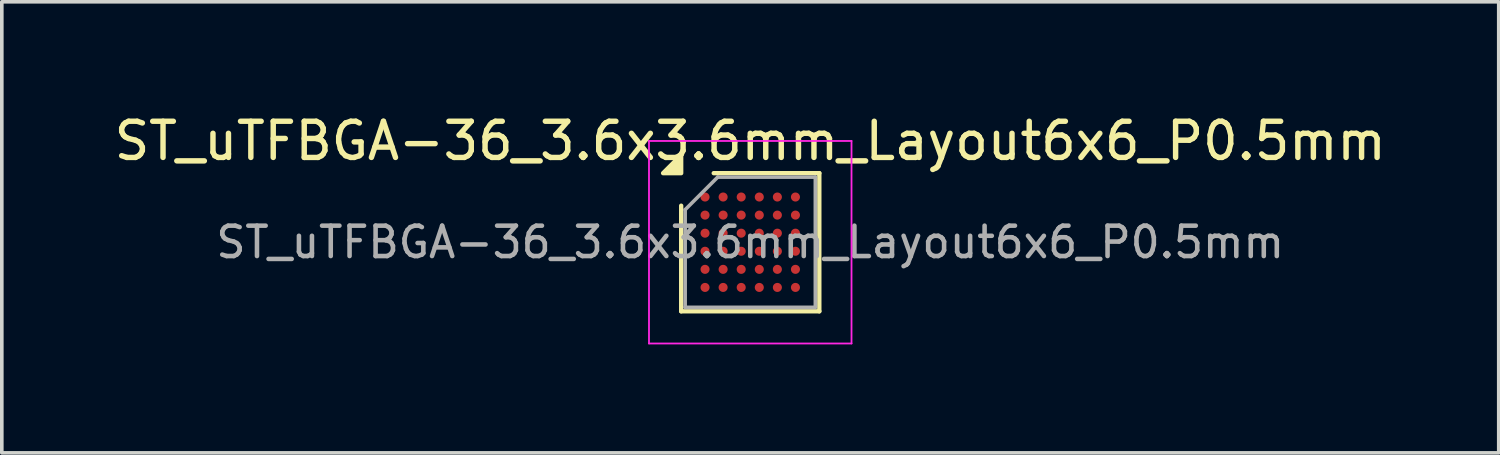
<source format=kicad_pcb>
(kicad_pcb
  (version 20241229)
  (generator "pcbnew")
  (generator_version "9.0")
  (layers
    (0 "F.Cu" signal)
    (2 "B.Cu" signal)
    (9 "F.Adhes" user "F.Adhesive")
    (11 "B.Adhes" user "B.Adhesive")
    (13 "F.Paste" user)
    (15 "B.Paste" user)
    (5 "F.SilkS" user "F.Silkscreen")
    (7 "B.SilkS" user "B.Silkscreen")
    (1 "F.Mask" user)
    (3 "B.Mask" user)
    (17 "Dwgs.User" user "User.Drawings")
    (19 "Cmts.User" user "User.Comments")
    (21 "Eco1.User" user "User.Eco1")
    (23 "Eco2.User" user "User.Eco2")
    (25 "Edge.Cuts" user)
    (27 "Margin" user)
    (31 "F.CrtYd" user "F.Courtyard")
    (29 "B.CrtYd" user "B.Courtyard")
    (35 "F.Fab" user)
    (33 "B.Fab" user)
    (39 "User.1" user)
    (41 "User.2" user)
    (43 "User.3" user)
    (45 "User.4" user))
  (footprint "ST_uTFBGA-36_3.6x3.6mm_Layout6x6_P0.5mm"
    (layer "F.Cu")
    (at 17.696 3.648)
    (property "Reference" "ST_uTFBGA-36_3.6x3.6mm_Layout6x6_P0.5mm" (at 0 -2.8 0) (layer "F.SilkS") (effects (font (size 1 1) (thickness 0.15))))
    (attr smd)
    (fp_line (start -1.91 1.91) (end -1.91 -1.01) (stroke (width 0.12) (type solid)) (layer "F.SilkS"))
    (fp_line (start -1.01 -1.91) (end 1.91 -1.91) (stroke (width 0.12) (type solid)) (layer "F.SilkS"))
    (fp_line (start 1.91 -1.91) (end 1.91 1.91) (stroke (width 0.12) (type solid)) (layer "F.SilkS"))
    (fp_line (start 1.91 1.91) (end -1.91 1.91) (stroke (width 0.12) (type solid)) (layer "F.SilkS"))
    (fp_poly (pts (xy -1.91 -1.91) (xy -2.41 -1.91) (xy -1.91 -2.41) (xy -1.91 -1.91)) (stroke (width 0.12) (type solid)) (fill yes) (layer "F.SilkS"))
    (fp_line (start -2.8 -2.8) (end -2.8 2.8) (stroke (width 0.05) (type solid)) (layer "F.CrtYd"))
    (fp_line (start -2.8 2.8) (end 2.8 2.8) (stroke (width 0.05) (type solid)) (layer "F.CrtYd"))
    (fp_line (start 2.8 -2.8) (end -2.8 -2.8) (stroke (width 0.05) (type solid)) (layer "F.CrtYd"))
    (fp_line (start 2.8 2.8) (end 2.8 -2.8) (stroke (width 0.05) (type solid)) (layer "F.CrtYd"))
    (fp_line (start -1.8 -0.9) (end -0.9 -1.8) (stroke (width 0.1) (type solid)) (layer "F.Fab"))
    (fp_line (start -1.8 1.8) (end -1.8 -0.9) (stroke (width 0.1) (type solid)) (layer "F.Fab"))
    (fp_line (start -0.9 -1.8) (end 1.8 -1.8) (stroke (width 0.1) (type solid)) (layer "F.Fab"))
    (fp_line (start 1.8 -1.8) (end 1.8 1.8) (stroke (width 0.1) (type solid)) (layer "F.Fab"))
    (fp_line (start 1.8 1.8) (end -1.8 1.8) (stroke (width 0.1) (type solid)) (layer "F.Fab"))
    (fp_text user "${REFERENCE}" (at 0 0 0) (layer "F.Fab") (effects (font (size 0.84 0.84) (thickness 0.126))))
    (pad "A1" smd circle (at -1.25 -1.25) (size 0.25 0.25) (property pad_prop_bga) (layers "F.Cu" "F.Mask" "F.Paste"))
    (pad "A2" smd circle (at -0.75 -1.25) (size 0.25 0.25) (property pad_prop_bga) (layers "F.Cu" "F.Mask" "F.Paste"))
    (pad "A3" smd circle (at -0.25 -1.25) (size 0.25 0.25) (property pad_prop_bga) (layers "F.Cu" "F.Mask" "F.Paste"))
    (pad "A4" smd circle (at 0.25 -1.25) (size 0.25 0.25) (property pad_prop_bga) (layers "F.Cu" "F.Mask" "F.Paste"))
    (pad "A5" smd circle (at 0.75 -1.25) (size 0.25 0.25) (property pad_prop_bga) (layers "F.Cu" "F.Mask" "F.Paste"))
    (pad "A6" smd circle (at 1.25 -1.25) (size 0.25 0.25) (property pad_prop_bga) (layers "F.Cu" "F.Mask" "F.Paste"))
    (pad "B1" smd circle (at -1.25 -0.75) (size 0.25 0.25) (property pad_prop_bga) (layers "F.Cu" "F.Mask" "F.Paste"))
    (pad "B2" smd circle (at -0.75 -0.75) (size 0.25 0.25) (property pad_prop_bga) (layers "F.Cu" "F.Mask" "F.Paste"))
    (pad "B3" smd circle (at -0.25 -0.75) (size 0.25 0.25) (property pad_prop_bga) (layers "F.Cu" "F.Mask" "F.Paste"))
    (pad "B4" smd circle (at 0.25 -0.75) (size 0.25 0.25) (property pad_prop_bga) (layers "F.Cu" "F.Mask" "F.Paste"))
    (pad "B5" smd circle (at 0.75 -0.75) (size 0.25 0.25) (property pad_prop_bga) (layers "F.Cu" "F.Mask" "F.Paste"))
    (pad "B6" smd circle (at 1.25 -0.75) (size 0.25 0.25) (property pad_prop_bga) (layers "F.Cu" "F.Mask" "F.Paste"))
    (pad "C1" smd circle (at -1.25 -0.25) (size 0.25 0.25) (property pad_prop_bga) (layers "F.Cu" "F.Mask" "F.Paste"))
    (pad "C2" smd circle (at -0.75 -0.25) (size 0.25 0.25) (property pad_prop_bga) (layers "F.Cu" "F.Mask" "F.Paste"))
    (pad "C3" smd circle (at -0.25 -0.25) (size 0.25 0.25) (property pad_prop_bga) (layers "F.Cu" "F.Mask" "F.Paste"))
    (pad "C4" smd circle (at 0.25 -0.25) (size 0.25 0.25) (property pad_prop_bga) (layers "F.Cu" "F.Mask" "F.Paste"))
    (pad "C5" smd circle (at 0.75 -0.25) (size 0.25 0.25) (property pad_prop_bga) (layers "F.Cu" "F.Mask" "F.Paste"))
    (pad "C6" smd circle (at 1.25 -0.25) (size 0.25 0.25) (property pad_prop_bga) (layers "F.Cu" "F.Mask" "F.Paste"))
    (pad "D1" smd circle (at -1.25 0.25) (size 0.25 0.25) (property pad_prop_bga) (layers "F.Cu" "F.Mask" "F.Paste"))
    (pad "D2" smd circle (at -0.75 0.25) (size 0.25 0.25) (property pad_prop_bga) (layers "F.Cu" "F.Mask" "F.Paste"))
    (pad "D3" smd circle (at -0.25 0.25) (size 0.25 0.25) (property pad_prop_bga) (layers "F.Cu" "F.Mask" "F.Paste"))
    (pad "D4" smd circle (at 0.25 0.25) (size 0.25 0.25) (property pad_prop_bga) (layers "F.Cu" "F.Mask" "F.Paste"))
    (pad "D5" smd circle (at 0.75 0.25) (size 0.25 0.25) (property pad_prop_bga) (layers "F.Cu" "F.Mask" "F.Paste"))
    (pad "D6" smd circle (at 1.25 0.25) (size 0.25 0.25) (property pad_prop_bga) (layers "F.Cu" "F.Mask" "F.Paste"))
    (pad "E1" smd circle (at -1.25 0.75) (size 0.25 0.25) (property pad_prop_bga) (layers "F.Cu" "F.Mask" "F.Paste"))
    (pad "E2" smd circle (at -0.75 0.75) (size 0.25 0.25) (property pad_prop_bga) (layers "F.Cu" "F.Mask" "F.Paste"))
    (pad "E3" smd circle (at -0.25 0.75) (size 0.25 0.25) (property pad_prop_bga) (layers "F.Cu" "F.Mask" "F.Paste"))
    (pad "E4" smd circle (at 0.25 0.75) (size 0.25 0.25) (property pad_prop_bga) (layers "F.Cu" "F.Mask" "F.Paste"))
    (pad "E5" smd circle (at 0.75 0.75) (size 0.25 0.25) (property pad_prop_bga) (layers "F.Cu" "F.Mask" "F.Paste"))
    (pad "E6" smd circle (at 1.25 0.75) (size 0.25 0.25) (property pad_prop_bga) (layers "F.Cu" "F.Mask" "F.Paste"))
    (pad "F1" smd circle (at -1.25 1.25) (size 0.25 0.25) (property pad_prop_bga) (layers "F.Cu" "F.Mask" "F.Paste"))
    (pad "F2" smd circle (at -0.75 1.25) (size 0.25 0.25) (property pad_prop_bga) (layers "F.Cu" "F.Mask" "F.Paste"))
    (pad "F3" smd circle (at -0.25 1.25) (size 0.25 0.25) (property pad_prop_bga) (layers "F.Cu" "F.Mask" "F.Paste"))
    (pad "F4" smd circle (at 0.25 1.25) (size 0.25 0.25) (property pad_prop_bga) (layers "F.Cu" "F.Mask" "F.Paste"))
    (pad "F5" smd circle (at 0.75 1.25) (size 0.25 0.25) (property pad_prop_bga) (layers "F.Cu" "F.Mask" "F.Paste"))
    (pad "F6" smd circle (at 1.25 1.25) (size 0.25 0.25) (property pad_prop_bga) (layers "F.Cu" "F.Mask" "F.Paste")))
  (gr_rect
    (start -3 -3)
    (end 38.393 9.473)
    (stroke (width 0.1) (type default))
    (fill no)
    (layer "Edge.Cuts")))
</source>
